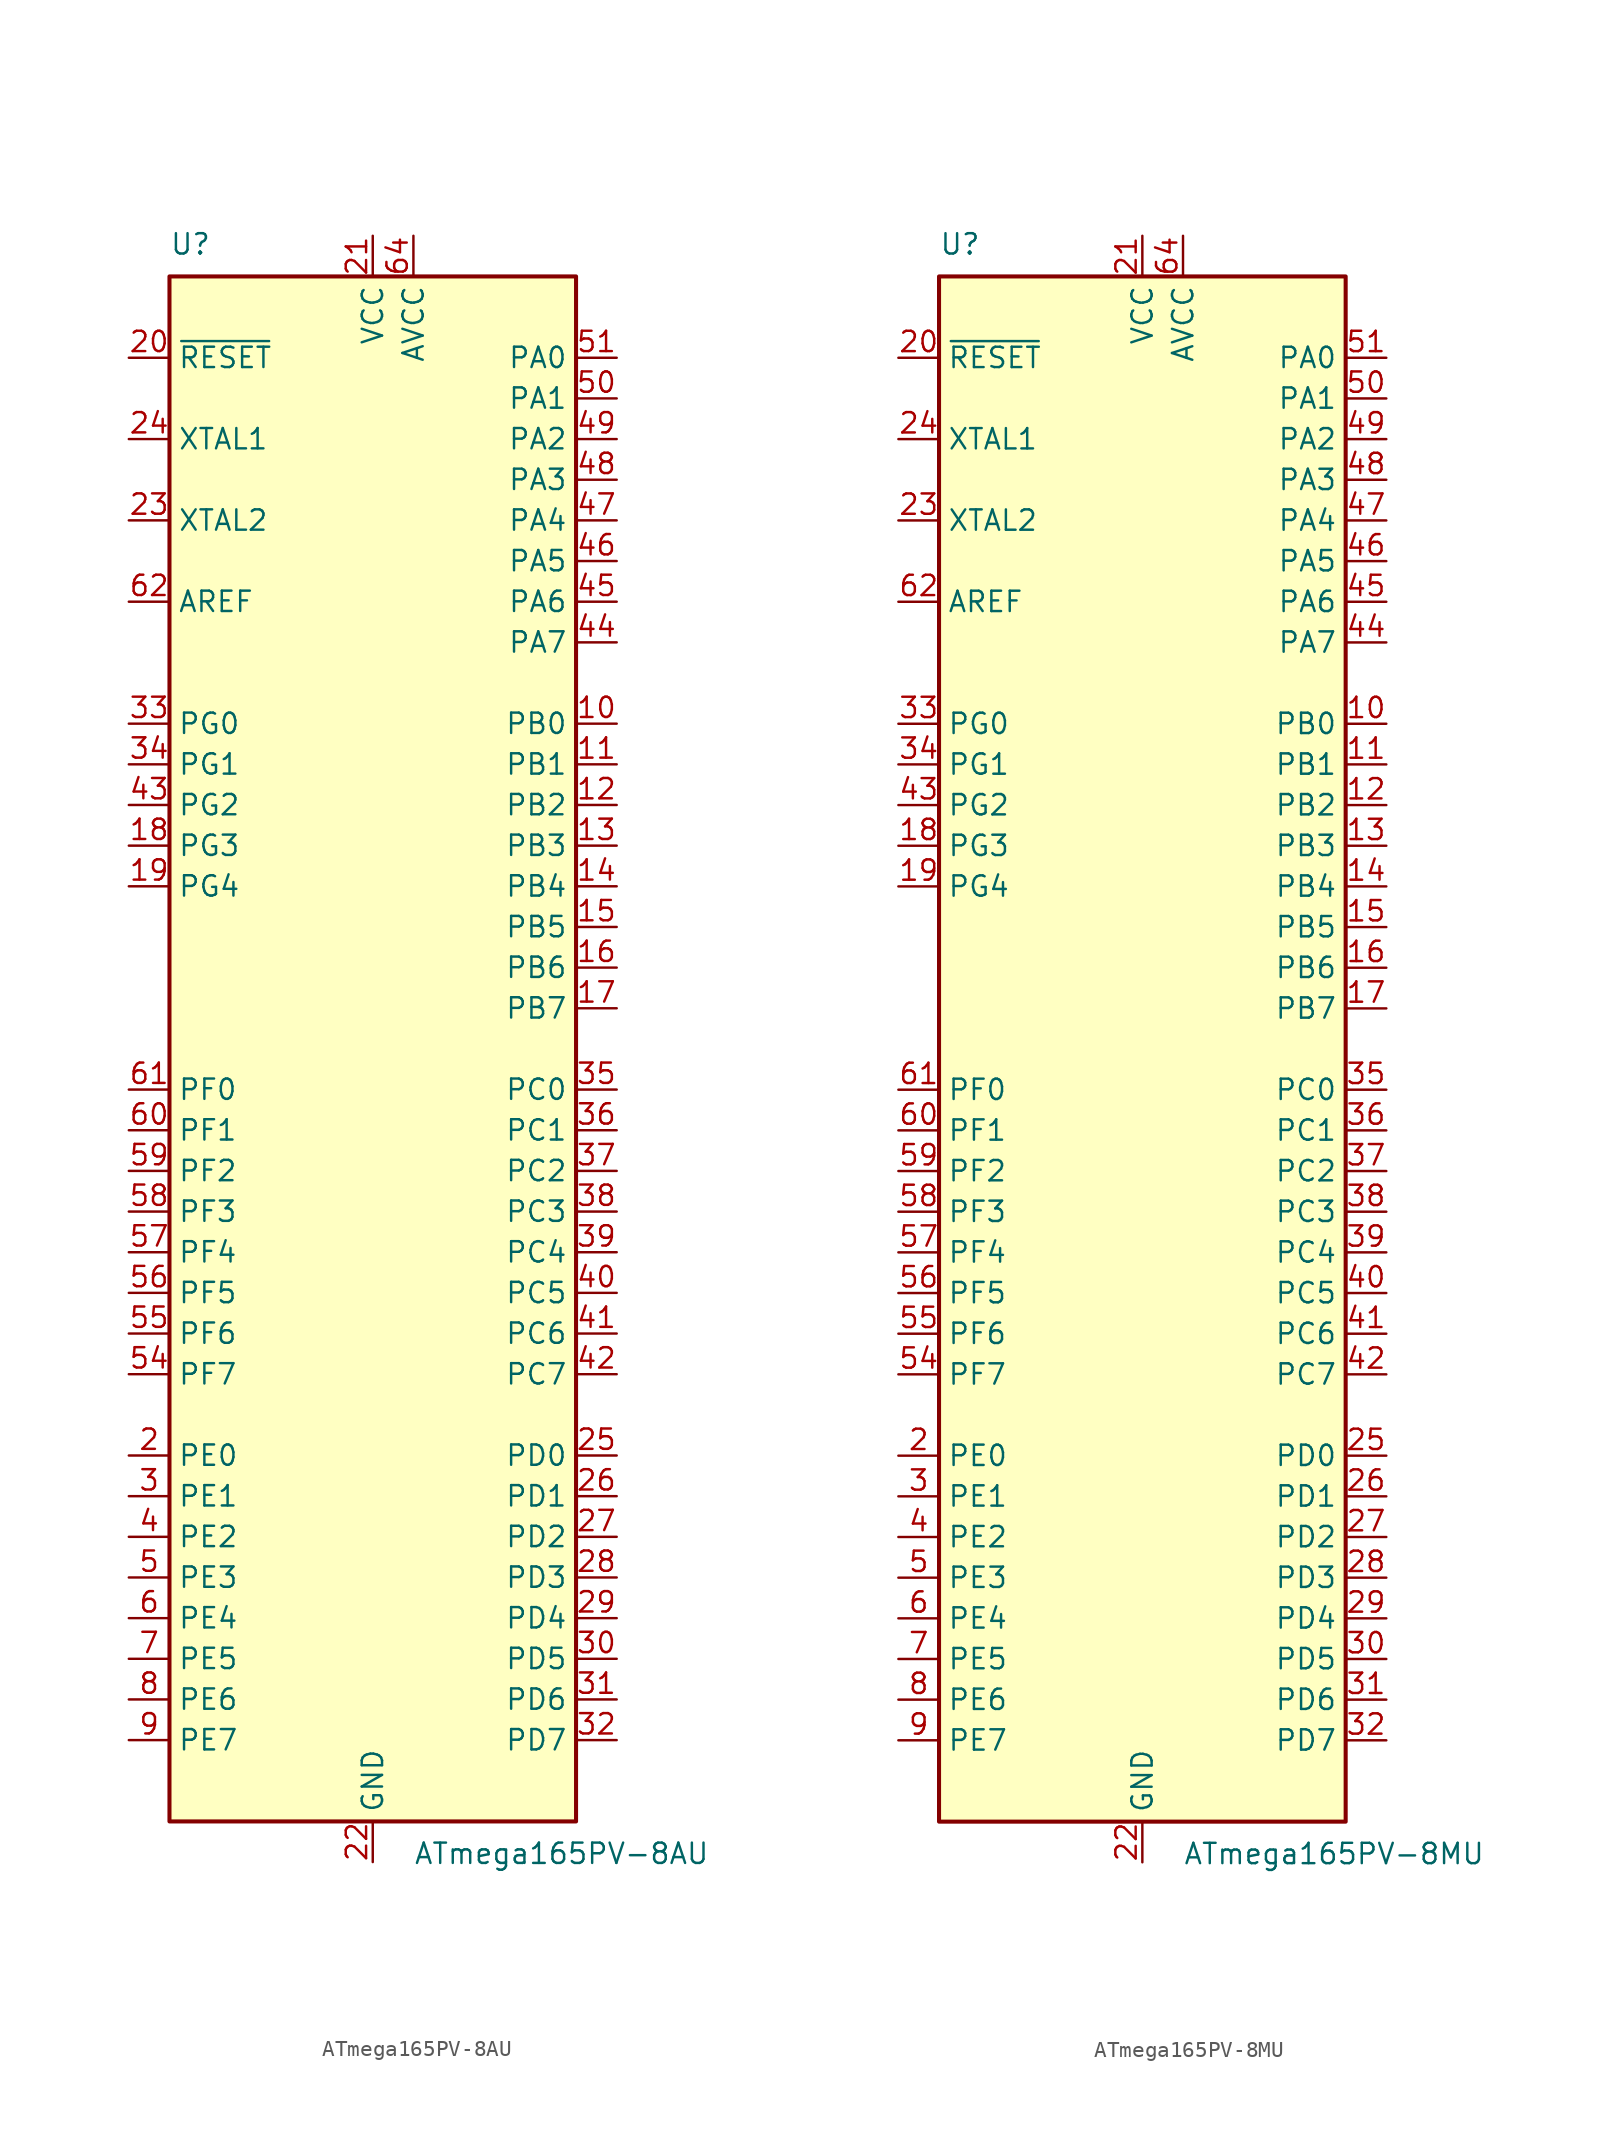
<source format=kicad_sym>
(kicad_symbol_lib
  (version 20201005)
  (generator kicad_symbol_editor)
  (symbol "ATmega165PV-8AU"
    (property "Reference" "U"
      (at -12.7 49.53 0)
      (effects (font (size 1.27 1.27)) (justify left bottom)))
    (property "Value" "ATmega165PV-8AU"
      (at 2.54 -49.53 0)
      (effects (font (size 1.27 1.27)) (justify left top)))
    (symbol "ATmega165PV-8AU_0_1"
      (rectangle (start -12.7 -48.26) (end 12.7 48.26) (stroke (width 0.254)) (fill (type background))))
    (symbol "ATmega165PV-8AU_1_1"
      (pin no_connect line (at -12.7 -45.72 0) (length 2.54) hide (name "NC" (effects (font (size 1.27 1.27)))) (number "1" (effects (font (size 1.27 1.27)))))
      (pin tri_state line (at 15.24 20.32 180) (length 2.54) (name "PB0" (effects (font (size 1.27 1.27)))) (number "10" (effects (font (size 1.27 1.27)))))
      (pin tri_state line (at 15.24 17.78 180) (length 2.54) (name "PB1" (effects (font (size 1.27 1.27)))) (number "11" (effects (font (size 1.27 1.27)))))
      (pin tri_state line (at 15.24 15.24 180) (length 2.54) (name "PB2" (effects (font (size 1.27 1.27)))) (number "12" (effects (font (size 1.27 1.27)))))
      (pin tri_state line (at 15.24 12.7 180) (length 2.54) (name "PB3" (effects (font (size 1.27 1.27)))) (number "13" (effects (font (size 1.27 1.27)))))
      (pin tri_state line (at 15.24 10.16 180) (length 2.54) (name "PB4" (effects (font (size 1.27 1.27)))) (number "14" (effects (font (size 1.27 1.27)))))
      (pin tri_state line (at 15.24 7.62 180) (length 2.54) (name "PB5" (effects (font (size 1.27 1.27)))) (number "15" (effects (font (size 1.27 1.27)))))
      (pin tri_state line (at 15.24 5.08 180) (length 2.54) (name "PB6" (effects (font (size 1.27 1.27)))) (number "16" (effects (font (size 1.27 1.27)))))
      (pin tri_state line (at 15.24 2.54 180) (length 2.54) (name "PB7" (effects (font (size 1.27 1.27)))) (number "17" (effects (font (size 1.27 1.27)))))
      (pin tri_state line (at -15.24 12.7 0) (length 2.54) (name "PG3" (effects (font (size 1.27 1.27)))) (number "18" (effects (font (size 1.27 1.27)))))
      (pin tri_state line (at -15.24 10.16 0) (length 2.54) (name "PG4" (effects (font (size 1.27 1.27)))) (number "19" (effects (font (size 1.27 1.27)))))
      (pin tri_state line (at -15.24 -25.4 0) (length 2.54) (name "PE0" (effects (font (size 1.27 1.27)))) (number "2" (effects (font (size 1.27 1.27)))))
      (pin input line (at -15.24 43.18 0) (length 2.54) (name "~RESET" (effects (font (size 1.27 1.27)))) (number "20" (effects (font (size 1.27 1.27)))))
      (pin power_in line (at 0 50.8 270) (length 2.54) (name "VCC" (effects (font (size 1.27 1.27)))) (number "21" (effects (font (size 1.27 1.27)))))
      (pin power_in line (at 0 -50.8 90) (length 2.54) (name "GND" (effects (font (size 1.27 1.27)))) (number "22" (effects (font (size 1.27 1.27)))))
      (pin output line (at -15.24 33.02 0) (length 2.54) (name "XTAL2" (effects (font (size 1.27 1.27)))) (number "23" (effects (font (size 1.27 1.27)))))
      (pin input line (at -15.24 38.1 0) (length 2.54) (name "XTAL1" (effects (font (size 1.27 1.27)))) (number "24" (effects (font (size 1.27 1.27)))))
      (pin tri_state line (at 15.24 -25.4 180) (length 2.54) (name "PD0" (effects (font (size 1.27 1.27)))) (number "25" (effects (font (size 1.27 1.27)))))
      (pin tri_state line (at 15.24 -27.94 180) (length 2.54) (name "PD1" (effects (font (size 1.27 1.27)))) (number "26" (effects (font (size 1.27 1.27)))))
      (pin tri_state line (at 15.24 -30.48 180) (length 2.54) (name "PD2" (effects (font (size 1.27 1.27)))) (number "27" (effects (font (size 1.27 1.27)))))
      (pin tri_state line (at 15.24 -33.02 180) (length 2.54) (name "PD3" (effects (font (size 1.27 1.27)))) (number "28" (effects (font (size 1.27 1.27)))))
      (pin tri_state line (at 15.24 -35.56 180) (length 2.54) (name "PD4" (effects (font (size 1.27 1.27)))) (number "29" (effects (font (size 1.27 1.27)))))
      (pin tri_state line (at -15.24 -27.94 0) (length 2.54) (name "PE1" (effects (font (size 1.27 1.27)))) (number "3" (effects (font (size 1.27 1.27)))))
      (pin tri_state line (at 15.24 -38.1 180) (length 2.54) (name "PD5" (effects (font (size 1.27 1.27)))) (number "30" (effects (font (size 1.27 1.27)))))
      (pin tri_state line (at 15.24 -40.64 180) (length 2.54) (name "PD6" (effects (font (size 1.27 1.27)))) (number "31" (effects (font (size 1.27 1.27)))))
      (pin tri_state line (at 15.24 -43.18 180) (length 2.54) (name "PD7" (effects (font (size 1.27 1.27)))) (number "32" (effects (font (size 1.27 1.27)))))
      (pin tri_state line (at -15.24 20.32 0) (length 2.54) (name "PG0" (effects (font (size 1.27 1.27)))) (number "33" (effects (font (size 1.27 1.27)))))
      (pin tri_state line (at -15.24 17.78 0) (length 2.54) (name "PG1" (effects (font (size 1.27 1.27)))) (number "34" (effects (font (size 1.27 1.27)))))
      (pin tri_state line (at 15.24 -2.54 180) (length 2.54) (name "PC0" (effects (font (size 1.27 1.27)))) (number "35" (effects (font (size 1.27 1.27)))))
      (pin tri_state line (at 15.24 -5.08 180) (length 2.54) (name "PC1" (effects (font (size 1.27 1.27)))) (number "36" (effects (font (size 1.27 1.27)))))
      (pin tri_state line (at 15.24 -7.62 180) (length 2.54) (name "PC2" (effects (font (size 1.27 1.27)))) (number "37" (effects (font (size 1.27 1.27)))))
      (pin tri_state line (at 15.24 -10.16 180) (length 2.54) (name "PC3" (effects (font (size 1.27 1.27)))) (number "38" (effects (font (size 1.27 1.27)))))
      (pin tri_state line (at 15.24 -12.7 180) (length 2.54) (name "PC4" (effects (font (size 1.27 1.27)))) (number "39" (effects (font (size 1.27 1.27)))))
      (pin tri_state line (at -15.24 -30.48 0) (length 2.54) (name "PE2" (effects (font (size 1.27 1.27)))) (number "4" (effects (font (size 1.27 1.27)))))
      (pin tri_state line (at 15.24 -15.24 180) (length 2.54) (name "PC5" (effects (font (size 1.27 1.27)))) (number "40" (effects (font (size 1.27 1.27)))))
      (pin tri_state line (at 15.24 -17.78 180) (length 2.54) (name "PC6" (effects (font (size 1.27 1.27)))) (number "41" (effects (font (size 1.27 1.27)))))
      (pin tri_state line (at 15.24 -20.32 180) (length 2.54) (name "PC7" (effects (font (size 1.27 1.27)))) (number "42" (effects (font (size 1.27 1.27)))))
      (pin tri_state line (at -15.24 15.24 0) (length 2.54) (name "PG2" (effects (font (size 1.27 1.27)))) (number "43" (effects (font (size 1.27 1.27)))))
      (pin tri_state line (at 15.24 25.4 180) (length 2.54) (name "PA7" (effects (font (size 1.27 1.27)))) (number "44" (effects (font (size 1.27 1.27)))))
      (pin tri_state line (at 15.24 27.94 180) (length 2.54) (name "PA6" (effects (font (size 1.27 1.27)))) (number "45" (effects (font (size 1.27 1.27)))))
      (pin tri_state line (at 15.24 30.48 180) (length 2.54) (name "PA5" (effects (font (size 1.27 1.27)))) (number "46" (effects (font (size 1.27 1.27)))))
      (pin tri_state line (at 15.24 33.02 180) (length 2.54) (name "PA4" (effects (font (size 1.27 1.27)))) (number "47" (effects (font (size 1.27 1.27)))))
      (pin tri_state line (at 15.24 35.56 180) (length 2.54) (name "PA3" (effects (font (size 1.27 1.27)))) (number "48" (effects (font (size 1.27 1.27)))))
      (pin tri_state line (at 15.24 38.1 180) (length 2.54) (name "PA2" (effects (font (size 1.27 1.27)))) (number "49" (effects (font (size 1.27 1.27)))))
      (pin tri_state line (at -15.24 -33.02 0) (length 2.54) (name "PE3" (effects (font (size 1.27 1.27)))) (number "5" (effects (font (size 1.27 1.27)))))
      (pin tri_state line (at 15.24 40.64 180) (length 2.54) (name "PA1" (effects (font (size 1.27 1.27)))) (number "50" (effects (font (size 1.27 1.27)))))
      (pin tri_state line (at 15.24 43.18 180) (length 2.54) (name "PA0" (effects (font (size 1.27 1.27)))) (number "51" (effects (font (size 1.27 1.27)))))
      (pin passive line (at 0 50.8 270) (length 2.54) hide (name "VCC" (effects (font (size 1.27 1.27)))) (number "52" (effects (font (size 1.27 1.27)))))
      (pin passive line (at 0 -50.8 90) (length 2.54) hide (name "GND" (effects (font (size 1.27 1.27)))) (number "53" (effects (font (size 1.27 1.27)))))
      (pin tri_state line (at -15.24 -20.32 0) (length 2.54) (name "PF7" (effects (font (size 1.27 1.27)))) (number "54" (effects (font (size 1.27 1.27)))))
      (pin tri_state line (at -15.24 -17.78 0) (length 2.54) (name "PF6" (effects (font (size 1.27 1.27)))) (number "55" (effects (font (size 1.27 1.27)))))
      (pin tri_state line (at -15.24 -15.24 0) (length 2.54) (name "PF5" (effects (font (size 1.27 1.27)))) (number "56" (effects (font (size 1.27 1.27)))))
      (pin tri_state line (at -15.24 -12.7 0) (length 2.54) (name "PF4" (effects (font (size 1.27 1.27)))) (number "57" (effects (font (size 1.27 1.27)))))
      (pin tri_state line (at -15.24 -10.16 0) (length 2.54) (name "PF3" (effects (font (size 1.27 1.27)))) (number "58" (effects (font (size 1.27 1.27)))))
      (pin tri_state line (at -15.24 -7.62 0) (length 2.54) (name "PF2" (effects (font (size 1.27 1.27)))) (number "59" (effects (font (size 1.27 1.27)))))
      (pin tri_state line (at -15.24 -35.56 0) (length 2.54) (name "PE4" (effects (font (size 1.27 1.27)))) (number "6" (effects (font (size 1.27 1.27)))))
      (pin tri_state line (at -15.24 -5.08 0) (length 2.54) (name "PF1" (effects (font (size 1.27 1.27)))) (number "60" (effects (font (size 1.27 1.27)))))
      (pin tri_state line (at -15.24 -2.54 0) (length 2.54) (name "PF0" (effects (font (size 1.27 1.27)))) (number "61" (effects (font (size 1.27 1.27)))))
      (pin passive line (at -15.24 27.94 0) (length 2.54) (name "AREF" (effects (font (size 1.27 1.27)))) (number "62" (effects (font (size 1.27 1.27)))))
      (pin passive line (at 0 -50.8 90) (length 2.54) hide (name "GND" (effects (font (size 1.27 1.27)))) (number "63" (effects (font (size 1.27 1.27)))))
      (pin power_in line (at 2.54 50.8 270) (length 2.54) (name "AVCC" (effects (font (size 1.27 1.27)))) (number "64" (effects (font (size 1.27 1.27)))))
      (pin tri_state line (at -15.24 -38.1 0) (length 2.54) (name "PE5" (effects (font (size 1.27 1.27)))) (number "7" (effects (font (size 1.27 1.27)))))
      (pin tri_state line (at -15.24 -40.64 0) (length 2.54) (name "PE6" (effects (font (size 1.27 1.27)))) (number "8" (effects (font (size 1.27 1.27)))))
      (pin tri_state line (at -15.24 -43.18 0) (length 2.54) (name "PE7" (effects (font (size 1.27 1.27)))) (number "9" (effects (font (size 1.27 1.27)))))))
  (symbol "ATmega165PV-8MU"
    (property "Reference" "U"
      (at -12.7 49.53 0)
      (effects (font (size 1.27 1.27)) (justify left bottom)))
    (property "Value" "ATmega165PV-8MU"
      (at 2.54 -49.53 0)
      (effects (font (size 1.27 1.27)) (justify left top)))
    (symbol "ATmega165PV-8MU_0_1"
      (rectangle (start -12.7 -48.26) (end 12.7 48.26) (stroke (width 0.254)) (fill (type background))))
    (symbol "ATmega165PV-8MU_1_1"
      (pin no_connect line (at -12.7 -45.72 0) (length 2.54) hide (name "NC" (effects (font (size 1.27 1.27)))) (number "1" (effects (font (size 1.27 1.27)))))
      (pin tri_state line (at 15.24 20.32 180) (length 2.54) (name "PB0" (effects (font (size 1.27 1.27)))) (number "10" (effects (font (size 1.27 1.27)))))
      (pin tri_state line (at 15.24 17.78 180) (length 2.54) (name "PB1" (effects (font (size 1.27 1.27)))) (number "11" (effects (font (size 1.27 1.27)))))
      (pin tri_state line (at 15.24 15.24 180) (length 2.54) (name "PB2" (effects (font (size 1.27 1.27)))) (number "12" (effects (font (size 1.27 1.27)))))
      (pin tri_state line (at 15.24 12.7 180) (length 2.54) (name "PB3" (effects (font (size 1.27 1.27)))) (number "13" (effects (font (size 1.27 1.27)))))
      (pin tri_state line (at 15.24 10.16 180) (length 2.54) (name "PB4" (effects (font (size 1.27 1.27)))) (number "14" (effects (font (size 1.27 1.27)))))
      (pin tri_state line (at 15.24 7.62 180) (length 2.54) (name "PB5" (effects (font (size 1.27 1.27)))) (number "15" (effects (font (size 1.27 1.27)))))
      (pin tri_state line (at 15.24 5.08 180) (length 2.54) (name "PB6" (effects (font (size 1.27 1.27)))) (number "16" (effects (font (size 1.27 1.27)))))
      (pin tri_state line (at 15.24 2.54 180) (length 2.54) (name "PB7" (effects (font (size 1.27 1.27)))) (number "17" (effects (font (size 1.27 1.27)))))
      (pin tri_state line (at -15.24 12.7 0) (length 2.54) (name "PG3" (effects (font (size 1.27 1.27)))) (number "18" (effects (font (size 1.27 1.27)))))
      (pin tri_state line (at -15.24 10.16 0) (length 2.54) (name "PG4" (effects (font (size 1.27 1.27)))) (number "19" (effects (font (size 1.27 1.27)))))
      (pin tri_state line (at -15.24 -25.4 0) (length 2.54) (name "PE0" (effects (font (size 1.27 1.27)))) (number "2" (effects (font (size 1.27 1.27)))))
      (pin input line (at -15.24 43.18 0) (length 2.54) (name "~RESET" (effects (font (size 1.27 1.27)))) (number "20" (effects (font (size 1.27 1.27)))))
      (pin power_in line (at 0 50.8 270) (length 2.54) (name "VCC" (effects (font (size 1.27 1.27)))) (number "21" (effects (font (size 1.27 1.27)))))
      (pin power_in line (at 0 -50.8 90) (length 2.54) (name "GND" (effects (font (size 1.27 1.27)))) (number "22" (effects (font (size 1.27 1.27)))))
      (pin output line (at -15.24 33.02 0) (length 2.54) (name "XTAL2" (effects (font (size 1.27 1.27)))) (number "23" (effects (font (size 1.27 1.27)))))
      (pin input line (at -15.24 38.1 0) (length 2.54) (name "XTAL1" (effects (font (size 1.27 1.27)))) (number "24" (effects (font (size 1.27 1.27)))))
      (pin tri_state line (at 15.24 -25.4 180) (length 2.54) (name "PD0" (effects (font (size 1.27 1.27)))) (number "25" (effects (font (size 1.27 1.27)))))
      (pin tri_state line (at 15.24 -27.94 180) (length 2.54) (name "PD1" (effects (font (size 1.27 1.27)))) (number "26" (effects (font (size 1.27 1.27)))))
      (pin tri_state line (at 15.24 -30.48 180) (length 2.54) (name "PD2" (effects (font (size 1.27 1.27)))) (number "27" (effects (font (size 1.27 1.27)))))
      (pin tri_state line (at 15.24 -33.02 180) (length 2.54) (name "PD3" (effects (font (size 1.27 1.27)))) (number "28" (effects (font (size 1.27 1.27)))))
      (pin tri_state line (at 15.24 -35.56 180) (length 2.54) (name "PD4" (effects (font (size 1.27 1.27)))) (number "29" (effects (font (size 1.27 1.27)))))
      (pin tri_state line (at -15.24 -27.94 0) (length 2.54) (name "PE1" (effects (font (size 1.27 1.27)))) (number "3" (effects (font (size 1.27 1.27)))))
      (pin tri_state line (at 15.24 -38.1 180) (length 2.54) (name "PD5" (effects (font (size 1.27 1.27)))) (number "30" (effects (font (size 1.27 1.27)))))
      (pin tri_state line (at 15.24 -40.64 180) (length 2.54) (name "PD6" (effects (font (size 1.27 1.27)))) (number "31" (effects (font (size 1.27 1.27)))))
      (pin tri_state line (at 15.24 -43.18 180) (length 2.54) (name "PD7" (effects (font (size 1.27 1.27)))) (number "32" (effects (font (size 1.27 1.27)))))
      (pin tri_state line (at -15.24 20.32 0) (length 2.54) (name "PG0" (effects (font (size 1.27 1.27)))) (number "33" (effects (font (size 1.27 1.27)))))
      (pin tri_state line (at -15.24 17.78 0) (length 2.54) (name "PG1" (effects (font (size 1.27 1.27)))) (number "34" (effects (font (size 1.27 1.27)))))
      (pin tri_state line (at 15.24 -2.54 180) (length 2.54) (name "PC0" (effects (font (size 1.27 1.27)))) (number "35" (effects (font (size 1.27 1.27)))))
      (pin tri_state line (at 15.24 -5.08 180) (length 2.54) (name "PC1" (effects (font (size 1.27 1.27)))) (number "36" (effects (font (size 1.27 1.27)))))
      (pin tri_state line (at 15.24 -7.62 180) (length 2.54) (name "PC2" (effects (font (size 1.27 1.27)))) (number "37" (effects (font (size 1.27 1.27)))))
      (pin tri_state line (at 15.24 -10.16 180) (length 2.54) (name "PC3" (effects (font (size 1.27 1.27)))) (number "38" (effects (font (size 1.27 1.27)))))
      (pin tri_state line (at 15.24 -12.7 180) (length 2.54) (name "PC4" (effects (font (size 1.27 1.27)))) (number "39" (effects (font (size 1.27 1.27)))))
      (pin tri_state line (at -15.24 -30.48 0) (length 2.54) (name "PE2" (effects (font (size 1.27 1.27)))) (number "4" (effects (font (size 1.27 1.27)))))
      (pin tri_state line (at 15.24 -15.24 180) (length 2.54) (name "PC5" (effects (font (size 1.27 1.27)))) (number "40" (effects (font (size 1.27 1.27)))))
      (pin tri_state line (at 15.24 -17.78 180) (length 2.54) (name "PC6" (effects (font (size 1.27 1.27)))) (number "41" (effects (font (size 1.27 1.27)))))
      (pin tri_state line (at 15.24 -20.32 180) (length 2.54) (name "PC7" (effects (font (size 1.27 1.27)))) (number "42" (effects (font (size 1.27 1.27)))))
      (pin tri_state line (at -15.24 15.24 0) (length 2.54) (name "PG2" (effects (font (size 1.27 1.27)))) (number "43" (effects (font (size 1.27 1.27)))))
      (pin tri_state line (at 15.24 25.4 180) (length 2.54) (name "PA7" (effects (font (size 1.27 1.27)))) (number "44" (effects (font (size 1.27 1.27)))))
      (pin tri_state line (at 15.24 27.94 180) (length 2.54) (name "PA6" (effects (font (size 1.27 1.27)))) (number "45" (effects (font (size 1.27 1.27)))))
      (pin tri_state line (at 15.24 30.48 180) (length 2.54) (name "PA5" (effects (font (size 1.27 1.27)))) (number "46" (effects (font (size 1.27 1.27)))))
      (pin tri_state line (at 15.24 33.02 180) (length 2.54) (name "PA4" (effects (font (size 1.27 1.27)))) (number "47" (effects (font (size 1.27 1.27)))))
      (pin tri_state line (at 15.24 35.56 180) (length 2.54) (name "PA3" (effects (font (size 1.27 1.27)))) (number "48" (effects (font (size 1.27 1.27)))))
      (pin tri_state line (at 15.24 38.1 180) (length 2.54) (name "PA2" (effects (font (size 1.27 1.27)))) (number "49" (effects (font (size 1.27 1.27)))))
      (pin tri_state line (at -15.24 -33.02 0) (length 2.54) (name "PE3" (effects (font (size 1.27 1.27)))) (number "5" (effects (font (size 1.27 1.27)))))
      (pin tri_state line (at 15.24 40.64 180) (length 2.54) (name "PA1" (effects (font (size 1.27 1.27)))) (number "50" (effects (font (size 1.27 1.27)))))
      (pin tri_state line (at 15.24 43.18 180) (length 2.54) (name "PA0" (effects (font (size 1.27 1.27)))) (number "51" (effects (font (size 1.27 1.27)))))
      (pin passive line (at 0 50.8 270) (length 2.54) hide (name "VCC" (effects (font (size 1.27 1.27)))) (number "52" (effects (font (size 1.27 1.27)))))
      (pin passive line (at 0 -50.8 90) (length 2.54) hide (name "GND" (effects (font (size 1.27 1.27)))) (number "53" (effects (font (size 1.27 1.27)))))
      (pin tri_state line (at -15.24 -20.32 0) (length 2.54) (name "PF7" (effects (font (size 1.27 1.27)))) (number "54" (effects (font (size 1.27 1.27)))))
      (pin tri_state line (at -15.24 -17.78 0) (length 2.54) (name "PF6" (effects (font (size 1.27 1.27)))) (number "55" (effects (font (size 1.27 1.27)))))
      (pin tri_state line (at -15.24 -15.24 0) (length 2.54) (name "PF5" (effects (font (size 1.27 1.27)))) (number "56" (effects (font (size 1.27 1.27)))))
      (pin tri_state line (at -15.24 -12.7 0) (length 2.54) (name "PF4" (effects (font (size 1.27 1.27)))) (number "57" (effects (font (size 1.27 1.27)))))
      (pin tri_state line (at -15.24 -10.16 0) (length 2.54) (name "PF3" (effects (font (size 1.27 1.27)))) (number "58" (effects (font (size 1.27 1.27)))))
      (pin tri_state line (at -15.24 -7.62 0) (length 2.54) (name "PF2" (effects (font (size 1.27 1.27)))) (number "59" (effects (font (size 1.27 1.27)))))
      (pin tri_state line (at -15.24 -35.56 0) (length 2.54) (name "PE4" (effects (font (size 1.27 1.27)))) (number "6" (effects (font (size 1.27 1.27)))))
      (pin tri_state line (at -15.24 -5.08 0) (length 2.54) (name "PF1" (effects (font (size 1.27 1.27)))) (number "60" (effects (font (size 1.27 1.27)))))
      (pin tri_state line (at -15.24 -2.54 0) (length 2.54) (name "PF0" (effects (font (size 1.27 1.27)))) (number "61" (effects (font (size 1.27 1.27)))))
      (pin passive line (at -15.24 27.94 0) (length 2.54) (name "AREF" (effects (font (size 1.27 1.27)))) (number "62" (effects (font (size 1.27 1.27)))))
      (pin passive line (at 0 -50.8 90) (length 2.54) hide (name "GND" (effects (font (size 1.27 1.27)))) (number "63" (effects (font (size 1.27 1.27)))))
      (pin power_in line (at 2.54 50.8 270) (length 2.54) (name "AVCC" (effects (font (size 1.27 1.27)))) (number "64" (effects (font (size 1.27 1.27)))))
      (pin passive line (at 0 -50.8 90) (length 2.54) hide (name "GND" (effects (font (size 1.27 1.27)))) (number "65" (effects (font (size 1.27 1.27)))))
      (pin tri_state line (at -15.24 -38.1 0) (length 2.54) (name "PE5" (effects (font (size 1.27 1.27)))) (number "7" (effects (font (size 1.27 1.27)))))
      (pin tri_state line (at -15.24 -40.64 0) (length 2.54) (name "PE6" (effects (font (size 1.27 1.27)))) (number "8" (effects (font (size 1.27 1.27)))))
      (pin tri_state line (at -15.24 -43.18 0) (length 2.54) (name "PE7" (effects (font (size 1.27 1.27)))) (number "9" (effects (font (size 1.27 1.27))))))))
</source>
